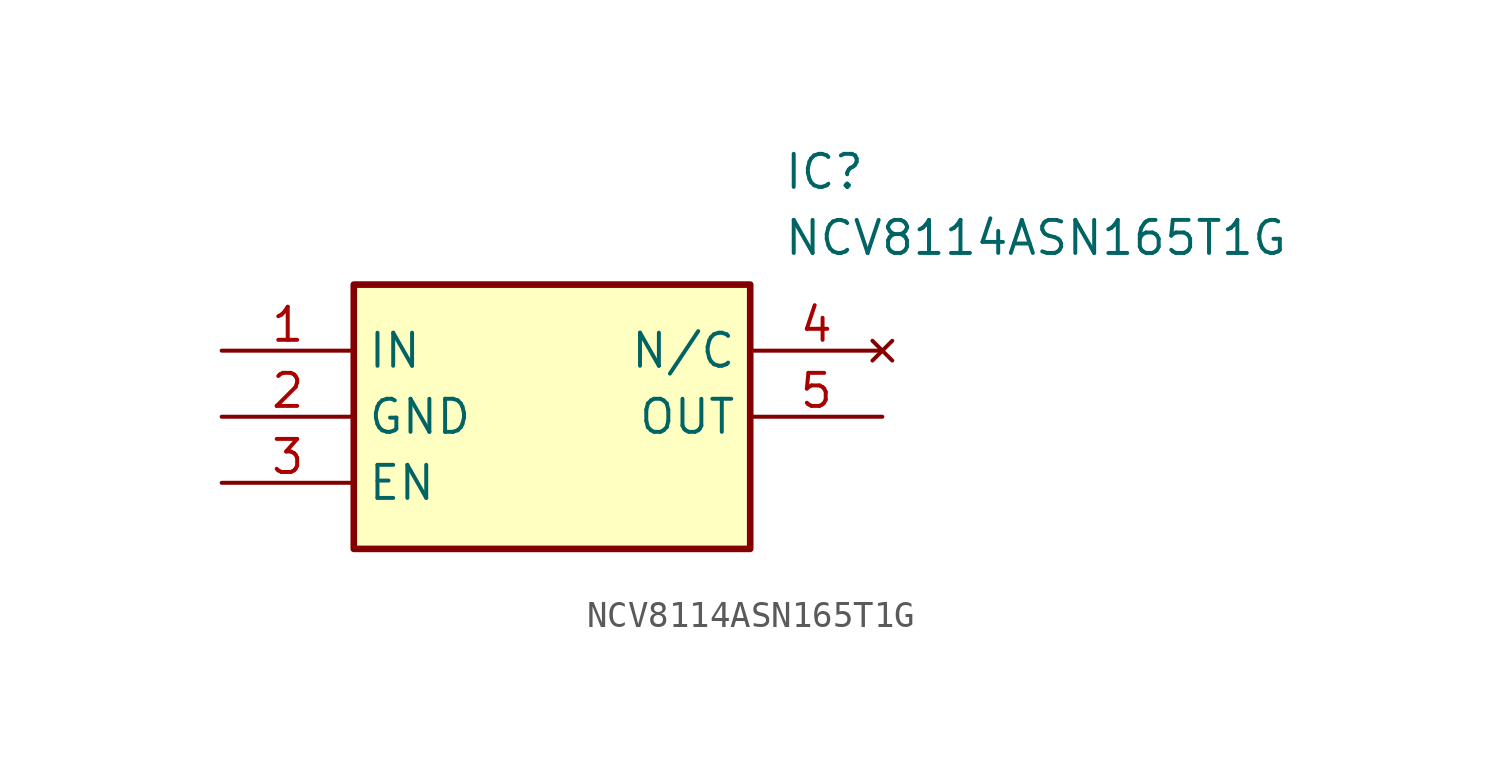
<source format=kicad_sym>
(kicad_symbol_lib
  (version 20211014)
  (generator SamacSys_ECAD_Model)
  (symbol "NCV8114ASN165T1G"
    (property "Reference" "IC"
      (at 21.59 7.62 0)
      (effects (font (size 1.27 1.27)) (justify left top)))
    (property "Value" "NCV8114ASN165T1G"
      (at 21.59 5.08 0)
      (effects (font (size 1.27 1.27)) (justify left top)))
    (rectangle
      (start 5.08 2.54)
      (end 20.32 -7.62)
      (stroke (width 0.254) (type default))
      (fill (type background)))
    (pin passive line
      (at 0 0 0)
      (length 5.08)
      (name "IN" (effects (font (size 1.27 1.27))))
      (number "1" (effects (font (size 1.27 1.27)))))
    (pin passive line
      (at 0 -2.54 0)
      (length 5.08)
      (name "GND" (effects (font (size 1.27 1.27))))
      (number "2" (effects (font (size 1.27 1.27)))))
    (pin passive line
      (at 0 -5.08 0)
      (length 5.08)
      (name "EN" (effects (font (size 1.27 1.27))))
      (number "3" (effects (font (size 1.27 1.27)))))
    (pin no_connect line
      (at 25.4 0 180)
      (length 5.08)
      (name "N/C" (effects (font (size 1.27 1.27))))
      (number "4" (effects (font (size 1.27 1.27)))))
    (pin passive line
      (at 25.4 -2.54 180)
      (length 5.08)
      (name "OUT" (effects (font (size 1.27 1.27))))
      (number "5" (effects (font (size 1.27 1.27)))))))
</source>
